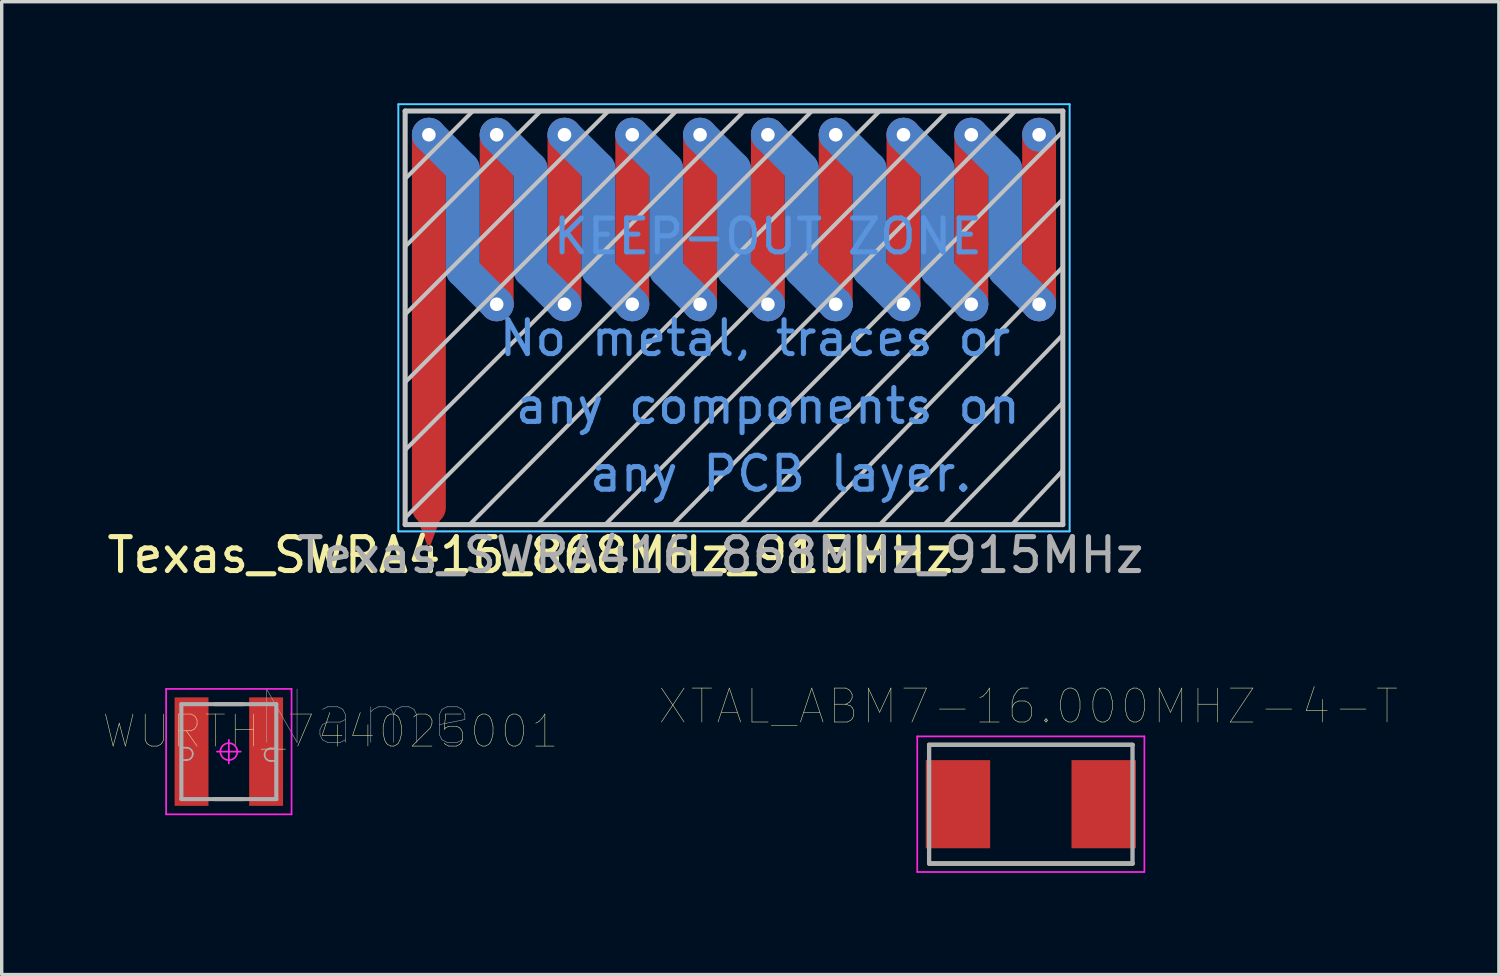
<source format=kicad_pcb>
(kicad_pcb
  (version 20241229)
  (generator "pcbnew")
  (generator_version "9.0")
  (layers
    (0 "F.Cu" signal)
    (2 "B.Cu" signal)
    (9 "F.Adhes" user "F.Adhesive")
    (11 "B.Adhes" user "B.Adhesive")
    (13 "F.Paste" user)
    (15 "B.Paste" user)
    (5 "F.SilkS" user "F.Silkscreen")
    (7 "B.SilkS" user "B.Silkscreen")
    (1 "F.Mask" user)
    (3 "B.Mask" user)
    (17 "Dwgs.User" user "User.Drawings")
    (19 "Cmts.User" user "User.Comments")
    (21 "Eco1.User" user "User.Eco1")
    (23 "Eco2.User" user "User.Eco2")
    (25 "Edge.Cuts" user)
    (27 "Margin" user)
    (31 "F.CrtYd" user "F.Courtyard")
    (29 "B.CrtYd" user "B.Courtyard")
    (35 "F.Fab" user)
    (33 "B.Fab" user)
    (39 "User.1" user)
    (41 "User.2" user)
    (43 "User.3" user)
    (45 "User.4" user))
  (footprint "WURTH_744025001"
    (layer "F.Cu")
    (at 3.7 19.121)
    (property "Reference" "WURTH_744025001" (at 3 -0.6 0) (layer "F.SilkS") (effects (font (size 0.945 0.945) (thickness 0.015))))
    (attr through_hole)
    (fp_line (start -1.85 -1.85) (end -1.85 1.85) (stroke (width 0.05) (type solid)) (layer "F.CrtYd"))
    (fp_line (start -1.85 1.85) (end 1.85 1.85) (stroke (width 0.05) (type solid)) (layer "F.CrtYd"))
    (fp_line (start 0 -0.35) (end 0 0.35) (stroke (width 0.05) (type solid)) (layer "F.CrtYd"))
    (fp_line (start 0.35 0) (end -0.35 0) (stroke (width 0.05) (type solid)) (layer "F.CrtYd"))
    (fp_line (start 1.85 -1.85) (end -1.85 -1.85) (stroke (width 0.05) (type solid)) (layer "F.CrtYd"))
    (fp_line (start 1.85 1.85) (end 1.85 -1.85) (stroke (width 0.05) (type solid)) (layer "F.CrtYd"))
    (fp_circle (center 0 0) (end 0.25 0) (stroke (width 0.05) (type solid)) (fill no) (layer "F.CrtYd"))
    (fp_line (start -1.4 -1.4) (end -0.42 -1.4) (stroke (width 0.025) (type solid)) (layer "F.Fab"))
    (fp_line (start -1.4 -1.4) (end 1.4 -1.4) (stroke (width 0.12) (type solid)) (layer "F.Fab"))
    (fp_line (start -1.4 1.4) (end -1.4 -1.4) (stroke (width 0.12) (type solid)) (layer "F.Fab"))
    (fp_line (start -1.383 -0.115) (end -1.245 -0.115) (stroke (width 0.05) (type solid)) (layer "F.Fab"))
    (fp_line (start -1.382 0.248) (end -1.244 0.248) (stroke (width 0.05) (type solid)) (layer "F.Fab"))
    (fp_line (start -0.42 -1.4) (end 0.42 -1.4) (stroke (width 0.12) (type solid)) (layer "F.Fab"))
    (fp_line (start -0.42 1.4) (end -1.4 1.4) (stroke (width 0.025) (type solid)) (layer "F.Fab"))
    (fp_line (start -0.42 1.4) (end 0.42 1.4) (stroke (width 0.12) (type solid)) (layer "F.Fab"))
    (fp_line (start 0.42 -1.4) (end 1.4 -1.4) (stroke (width 0.025) (type solid)) (layer "F.Fab"))
    (fp_line (start 1.223 0.274) (end 1.361 0.274) (stroke (width 0.05) (type solid)) (layer "F.Fab"))
    (fp_line (start 1.242 -0.096) (end 1.38 -0.096) (stroke (width 0.05) (type solid)) (layer "F.Fab"))
    (fp_line (start 1.4 -1.4) (end 1.4 1.4) (stroke (width 0.12) (type solid)) (layer "F.Fab"))
    (fp_line (start 1.4 1.4) (end -1.4 1.4) (stroke (width 0.12) (type solid)) (layer "F.Fab"))
    (fp_line (start 1.4 1.4) (end 0.42 1.4) (stroke (width 0.025) (type solid)) (layer "F.Fab"))
    (fp_arc (start -1.244829 -0.114872) (mid -1.116603 -0.061758) (end -1.06349 0.066469) (stroke (width 0.05) (type solid)) (layer "F.Fab"))
    (fp_arc (start -1.06392 0.067563) (mid -1.117033 0.19579) (end -1.24526 0.248903) (stroke (width 0.05) (type solid)) (layer "F.Fab"))
    (fp_arc (start 1.05638 0.085859) (mid 1.109493 -0.042368) (end 1.23772 -0.095481) (stroke (width 0.05) (type solid)) (layer "F.Fab"))
    (fp_arc (start 1.23622 0.275303) (mid 1.107993 0.22219) (end 1.05488 0.093963) (stroke (width 0.05) (type solid)) (layer "F.Fab"))
    (fp_text user "Name" (at 4 -1 0) (layer "F.Fab") (effects (font (size 1.575 1.575) (thickness 0.015))))
    (pad "1" smd rect (at -1.1 0) (size 1 3.2) (layers "F.Cu" "F.Mask" "F.Paste"))
    (pad "2" smd rect (at 1.1 0) (size 1 3.2) (layers "F.Cu" "F.Mask" "F.Paste")))
  (footprint "XTAL_ABM7-16.000MHZ-4-T"
    (layer "F.Cu")
    (at 27.357 20.672)
    (property "Reference" "XTAL_ABM7-16.000MHZ-4-T" (at -0.075 -2.887 0) (layer "F.SilkS") (effects (font (size 1.001 1.001) (thickness 0.015))))
    (attr through_hole)
    (fp_line (start -3 -1.75) (end 3 -1.75) (stroke (width 0.127) (type solid)) (layer "F.SilkS"))
    (fp_line (start 3 1.75) (end -3 1.75) (stroke (width 0.127) (type solid)) (layer "F.SilkS"))
    (fp_line (start -3.35 -2) (end 3.35 -2) (stroke (width 0.05) (type solid)) (layer "F.CrtYd"))
    (fp_line (start -3.35 2) (end -3.35 -2) (stroke (width 0.05) (type solid)) (layer "F.CrtYd"))
    (fp_line (start 3.35 -2) (end 3.35 2) (stroke (width 0.05) (type solid)) (layer "F.CrtYd"))
    (fp_line (start 3.35 2) (end -3.35 2) (stroke (width 0.05) (type solid)) (layer "F.CrtYd"))
    (fp_line (start -3 -1.75) (end 3 -1.75) (stroke (width 0.127) (type solid)) (layer "F.Fab"))
    (fp_line (start -3 1.75) (end -3 -1.75) (stroke (width 0.127) (type solid)) (layer "F.Fab"))
    (fp_line (start 3 -1.75) (end 3 1.75) (stroke (width 0.127) (type solid)) (layer "F.Fab"))
    (fp_line (start 3 1.75) (end -3 1.75) (stroke (width 0.127) (type solid)) (layer "F.Fab"))
    (pad "1" smd rect (at -2.15 0) (size 1.9 2.6) (layers "F.Cu" "F.Mask" "F.Paste"))
    (pad "2" smd rect (at 2.15 0) (size 1.9 2.6) (layers "F.Cu" "F.Mask" "F.Paste")))
  (footprint "Texas_SWRA416_868MHz_915MHz"
    (layer "F.Cu")
    (at 18.601 6.725)
    (property "Reference" "Texas_SWRA416_868MHz_915MHz" (at -6 6.6 0) (layer "F.SilkS") (effects (font (size 1 1) (thickness 0.15))))
    (attr smd)
    (fp_line (start -9 5.2) (end -9 -5.8) (stroke (width 1) (type solid)) (layer "F.Cu"))
    (fp_line (start -7 -5.8) (end -7 -0.8) (stroke (width 1) (type solid)) (layer "F.Cu"))
    (fp_line (start -5 -5.8) (end -5 -0.8) (stroke (width 1) (type solid)) (layer "F.Cu"))
    (fp_line (start -3 -5.8) (end -3 -0.8) (stroke (width 1) (type solid)) (layer "F.Cu"))
    (fp_line (start -1 -5.8) (end -1 -0.8) (stroke (width 1) (type solid)) (layer "F.Cu"))
    (fp_line (start 1 -5.8) (end 1 -0.8) (stroke (width 1) (type solid)) (layer "F.Cu"))
    (fp_line (start 3 -5.8) (end 3 -0.8) (stroke (width 1) (type solid)) (layer "F.Cu"))
    (fp_line (start 5 -5.8) (end 5 -0.8) (stroke (width 1) (type solid)) (layer "F.Cu"))
    (fp_line (start 7 -5.8) (end 7 -0.8) (stroke (width 1) (type solid)) (layer "F.Cu"))
    (fp_line (start 9 -5.8) (end 9 -0.8) (stroke (width 1) (type solid)) (layer "F.Cu"))
    (fp_line (start -9 -5.8) (end -8 -4.8) (stroke (width 1) (type solid)) (layer "B.Cu"))
    (fp_line (start -8 -4.8) (end -8 -1.8) (stroke (width 1) (type solid)) (layer "B.Cu"))
    (fp_line (start -8 -1.8) (end -7 -0.8) (stroke (width 1) (type solid)) (layer "B.Cu"))
    (fp_line (start -7 -5.8) (end -6 -4.8) (stroke (width 1) (type solid)) (layer "B.Cu"))
    (fp_line (start -6 -4.8) (end -6 -1.8) (stroke (width 1) (type solid)) (layer "B.Cu"))
    (fp_line (start -6 -1.8) (end -5 -0.8) (stroke (width 1) (type solid)) (layer "B.Cu"))
    (fp_line (start -5 -5.8) (end -4 -4.8) (stroke (width 1) (type solid)) (layer "B.Cu"))
    (fp_line (start -4 -4.8) (end -4 -1.8) (stroke (width 1) (type solid)) (layer "B.Cu"))
    (fp_line (start -4 -1.8) (end -3 -0.8) (stroke (width 1) (type solid)) (layer "B.Cu"))
    (fp_line (start -3 -5.8) (end -2 -4.8) (stroke (width 1) (type solid)) (layer "B.Cu"))
    (fp_line (start -2 -4.8) (end -2 -1.8) (stroke (width 1) (type solid)) (layer "B.Cu"))
    (fp_line (start -2 -1.8) (end -1 -0.8) (stroke (width 1) (type solid)) (layer "B.Cu"))
    (fp_line (start -1 -5.8) (end 0 -4.8) (stroke (width 1) (type solid)) (layer "B.Cu"))
    (fp_line (start 0 -4.8) (end 0 -1.8) (stroke (width 1) (type solid)) (layer "B.Cu"))
    (fp_line (start 0 -1.8) (end 1 -0.8) (stroke (width 1) (type solid)) (layer "B.Cu"))
    (fp_line (start 1 -5.8) (end 2 -4.8) (stroke (width 1) (type solid)) (layer "B.Cu"))
    (fp_line (start 2 -4.8) (end 2 -1.8) (stroke (width 1) (type solid)) (layer "B.Cu"))
    (fp_line (start 2 -1.8) (end 3 -0.8) (stroke (width 1) (type solid)) (layer "B.Cu"))
    (fp_line (start 3 -5.8) (end 4 -4.8) (stroke (width 1) (type solid)) (layer "B.Cu"))
    (fp_line (start 4 -4.8) (end 4 -1.8) (stroke (width 1) (type solid)) (layer "B.Cu"))
    (fp_line (start 4 -1.8) (end 5 -0.8) (stroke (width 1) (type solid)) (layer "B.Cu"))
    (fp_line (start 5 -5.8) (end 6 -4.8) (stroke (width 1) (type solid)) (layer "B.Cu"))
    (fp_line (start 6 -4.8) (end 6 -1.8) (stroke (width 1) (type solid)) (layer "B.Cu"))
    (fp_line (start 6 -1.8) (end 7 -0.8) (stroke (width 1) (type solid)) (layer "B.Cu"))
    (fp_line (start 7 -5.8) (end 8 -4.8) (stroke (width 1) (type solid)) (layer "B.Cu"))
    (fp_line (start 8 -4.8) (end 8 -1.8) (stroke (width 1) (type solid)) (layer "B.Cu"))
    (fp_line (start 8 -1.8) (end 9 -0.8) (stroke (width 1) (type solid)) (layer "B.Cu"))
    (fp_line (start -9.7 -6.5) (end -9.7 5.7) (stroke (width 0.15) (type solid)) (layer "Dwgs.User"))
    (fp_line (start -9.7 -4.5) (end -7.7 -6.5) (stroke (width 0.12) (type solid)) (layer "Dwgs.User"))
    (fp_line (start -9.7 -2.5) (end -5.7 -6.5) (stroke (width 0.12) (type solid)) (layer "Dwgs.User"))
    (fp_line (start -9.7 -0.5) (end -3.7 -6.5) (stroke (width 0.12) (type solid)) (layer "Dwgs.User"))
    (fp_line (start -9.7 1.5) (end -1.7 -6.5) (stroke (width 0.12) (type solid)) (layer "Dwgs.User"))
    (fp_line (start -9.7 3.5) (end 0.3 -6.5) (stroke (width 0.12) (type solid)) (layer "Dwgs.User"))
    (fp_line (start -9.7 5.5) (end 2.3 -6.5) (stroke (width 0.12) (type solid)) (layer "Dwgs.User"))
    (fp_line (start -9.7 5.7) (end 9.7 5.7) (stroke (width 0.15) (type solid)) (layer "Dwgs.User"))
    (fp_line (start 4.3 -6.5) (end -7.8 5.7) (stroke (width 0.12) (type solid)) (layer "Dwgs.User"))
    (fp_line (start 6.3 -6.5) (end -5.8 5.7) (stroke (width 0.12) (type solid)) (layer "Dwgs.User"))
    (fp_line (start 8.3 -6.5) (end -3.8 5.7) (stroke (width 0.12) (type solid)) (layer "Dwgs.User"))
    (fp_line (start 9.7 -6.5) (end -9.7 -6.5) (stroke (width 0.15) (type solid)) (layer "Dwgs.User"))
    (fp_line (start 9.7 -5.9) (end -1.8 5.7) (stroke (width 0.12) (type solid)) (layer "Dwgs.User"))
    (fp_line (start 9.7 -3.9) (end 0.2 5.7) (stroke (width 0.12) (type solid)) (layer "Dwgs.User"))
    (fp_line (start 9.7 -1.9) (end 2.3 5.7) (stroke (width 0.12) (type solid)) (layer "Dwgs.User"))
    (fp_line (start 9.7 0.1) (end 4.3 5.7) (stroke (width 0.12) (type solid)) (layer "Dwgs.User"))
    (fp_line (start 9.7 2.1) (end 6.2 5.7) (stroke (width 0.12) (type solid)) (layer "Dwgs.User"))
    (fp_line (start 9.7 4.1) (end 8.2 5.7) (stroke (width 0.12) (type solid)) (layer "Dwgs.User"))
    (fp_line (start 9.7 5.7) (end 9.7 -6.5) (stroke (width 0.15) (type solid)) (layer "Dwgs.User"))
    (fp_line (start -9.9 -6.7) (end -9.9 5.9) (stroke (width 0.05) (type solid)) (layer "B.CrtYd"))
    (fp_line (start -9.9 5.9) (end 9.9 5.9) (stroke (width 0.05) (type solid)) (layer "B.CrtYd"))
    (fp_line (start 9.9 -6.7) (end -9.9 -6.7) (stroke (width 0.05) (type solid)) (layer "B.CrtYd"))
    (fp_line (start 9.9 5.9) (end 9.9 -6.7) (stroke (width 0.05) (type solid)) (layer "B.CrtYd"))
    (fp_line (start -9.9 -6.7) (end -9.9 5.9) (stroke (width 0.05) (type solid)) (layer "F.CrtYd"))
    (fp_line (start -9.9 5.9) (end 9.9 5.9) (stroke (width 0.05) (type solid)) (layer "F.CrtYd"))
    (fp_line (start 9.9 -6.7) (end -9.9 -6.7) (stroke (width 0.05) (type solid)) (layer "F.CrtYd"))
    (fp_line (start 9.9 5.9) (end 9.9 -6.7) (stroke (width 0.05) (type solid)) (layer "F.CrtYd"))
    (fp_text user " any PCB layer." (at 1 4.2 0) (layer "Cmts.User") (effects (font (size 1 1) (thickness 0.15))))
    (fp_text user "KEEP-OUT ZONE" (at 1 -2.8 0) (layer "Cmts.User") (effects (font (size 1 1) (thickness 0.15))))
    (fp_text user "any components on" (at 1 2.2 0) (layer "Cmts.User") (effects (font (size 1 1) (thickness 0.15))))
    (fp_text user "No metal, traces or " (at 1 0.2 0) (layer "Cmts.User") (effects (font (size 1 1) (thickness 0.15))))
    (fp_text user "${REFERENCE}" (at -0.4 6.6 0) (layer "F.Fab") (effects (font (size 1 1) (thickness 0.15))))
    (pad "" thru_hole circle (at -9 -5.8 180) (size 1 1) (drill 0.4) (layers "*.Cu"))
    (pad "" thru_hole circle (at -7 -5.8 180) (size 1 1) (drill 0.4) (layers "*.Cu"))
    (pad "" thru_hole circle (at -7 -0.8 180) (size 1 1) (drill 0.4) (layers "*.Cu"))
    (pad "" thru_hole circle (at -5 -5.8 180) (size 1 1) (drill 0.4) (layers "*.Cu"))
    (pad "" thru_hole circle (at -5 -0.8 180) (size 1 1) (drill 0.4) (layers "*.Cu"))
    (pad "" thru_hole circle (at -3 -5.8 180) (size 1 1) (drill 0.4) (layers "*.Cu"))
    (pad "" thru_hole circle (at -3 -0.8 180) (size 1 1) (drill 0.4) (layers "*.Cu"))
    (pad "" thru_hole circle (at -1 -5.8 180) (size 1 1) (drill 0.4) (layers "*.Cu"))
    (pad "" thru_hole circle (at -1 -0.8 180) (size 1 1) (drill 0.4) (layers "*.Cu"))
    (pad "" thru_hole circle (at 1 -5.8 180) (size 1 1) (drill 0.4) (layers "*.Cu"))
    (pad "" thru_hole circle (at 1 -0.8 180) (size 1 1) (drill 0.4) (layers "*.Cu"))
    (pad "" thru_hole circle (at 3 -5.8 180) (size 1 1) (drill 0.4) (layers "*.Cu"))
    (pad "" thru_hole circle (at 3 -0.8 180) (size 1 1) (drill 0.4) (layers "*.Cu"))
    (pad "" thru_hole circle (at 5 -5.8 180) (size 1 1) (drill 0.4) (layers "*.Cu"))
    (pad "" thru_hole circle (at 5 -0.8 180) (size 1 1) (drill 0.4) (layers "*.Cu"))
    (pad "" thru_hole circle (at 7 -5.8 180) (size 1 1) (drill 0.4) (layers "*.Cu"))
    (pad "" thru_hole circle (at 7 -0.8 180) (size 1 1) (drill 0.4) (layers "*.Cu"))
    (pad "" thru_hole circle (at 9 -5.8 180) (size 1 1) (drill 0.4) (layers "*.Cu"))
    (pad "" thru_hole circle (at 9 -0.8 180) (size 1 1) (drill 0.4) (layers "*.Cu"))
    (pad "1" smd trapezoid (at -9 5.9 180) (size 0.4 0.8) (rect_delta 0 0.3) (layers "F.Cu")))
  (gr_rect
    (start -3 -3)
    (end 41.164 25.697)
    (stroke (width 0.1) (type default))
    (fill no)
    (layer "Edge.Cuts")))
</source>
